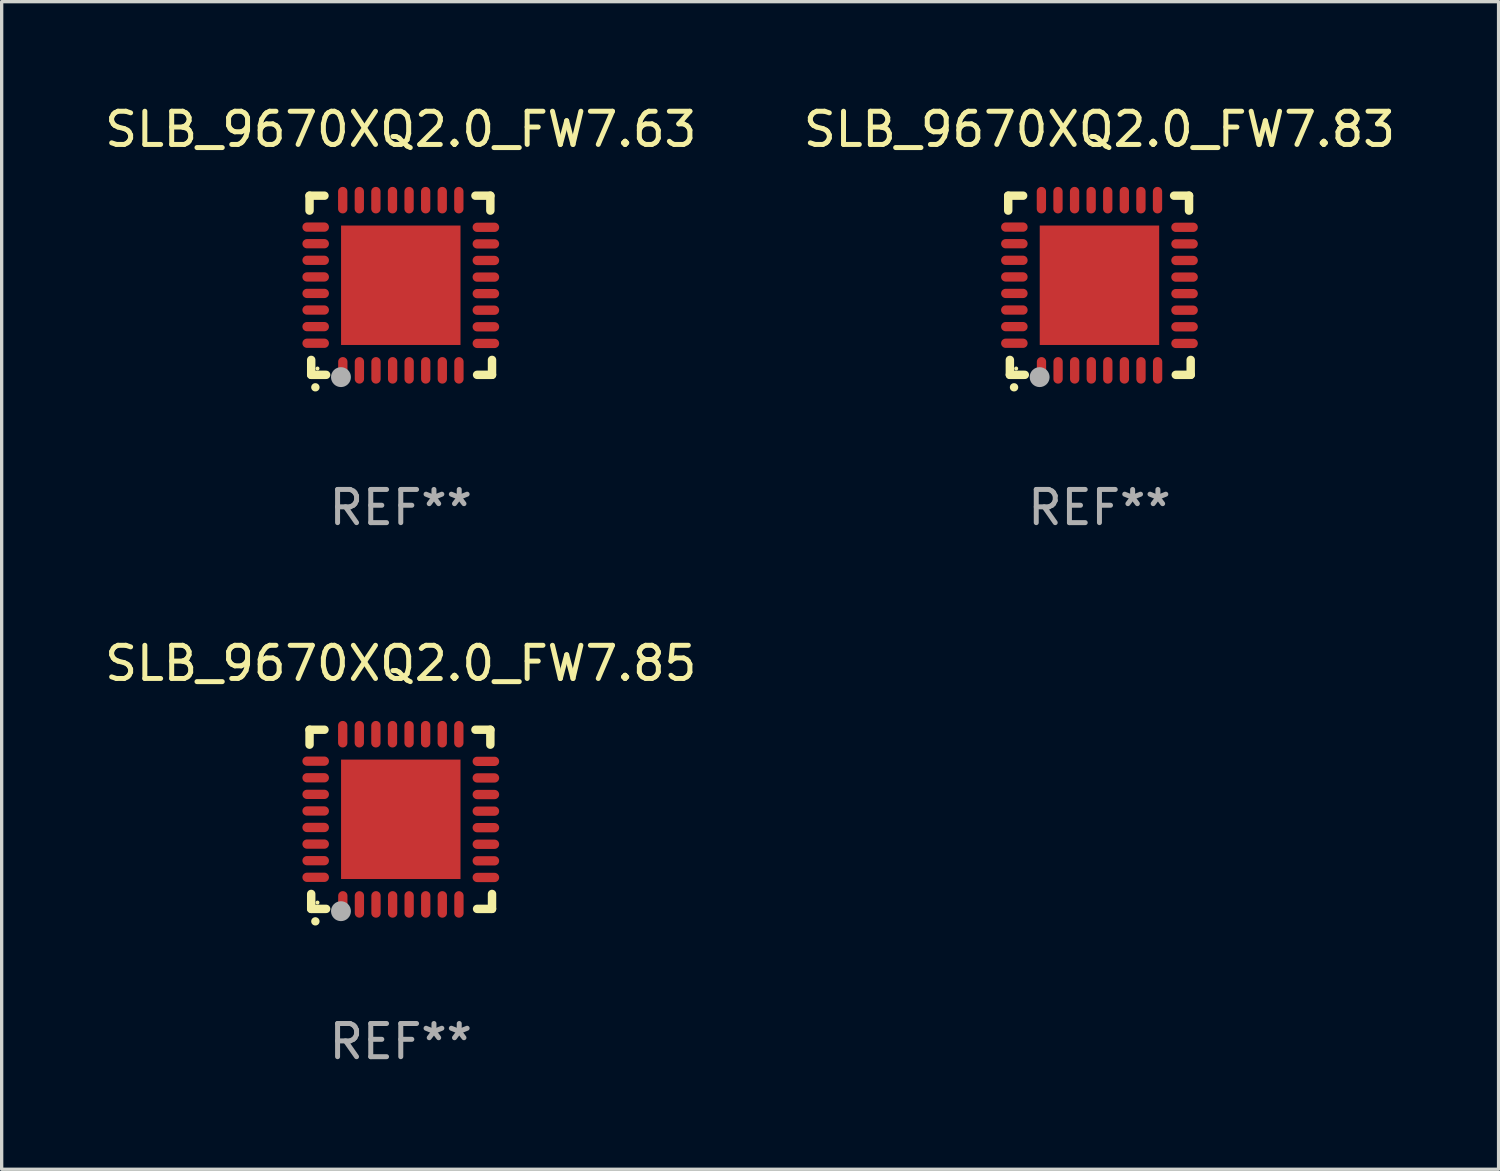
<source format=kicad_pcb>
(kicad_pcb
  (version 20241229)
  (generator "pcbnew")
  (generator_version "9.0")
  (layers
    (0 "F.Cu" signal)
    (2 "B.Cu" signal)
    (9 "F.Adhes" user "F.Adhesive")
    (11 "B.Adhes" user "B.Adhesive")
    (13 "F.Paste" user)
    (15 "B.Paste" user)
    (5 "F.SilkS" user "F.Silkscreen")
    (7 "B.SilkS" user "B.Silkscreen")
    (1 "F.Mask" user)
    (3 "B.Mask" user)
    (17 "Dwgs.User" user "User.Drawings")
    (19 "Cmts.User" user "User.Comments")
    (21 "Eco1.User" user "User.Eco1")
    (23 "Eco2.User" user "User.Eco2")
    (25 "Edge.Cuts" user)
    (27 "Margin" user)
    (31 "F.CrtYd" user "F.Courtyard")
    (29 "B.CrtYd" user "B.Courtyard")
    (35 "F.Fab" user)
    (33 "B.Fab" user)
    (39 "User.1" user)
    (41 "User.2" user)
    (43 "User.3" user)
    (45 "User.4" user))
  (footprint "SLB_9670XQ2.0_FW7.85"
    (layer "F.Cu")
    (at 9.03 21.645)
    (property "Reference" "SLB_9670XQ2.0_FW7.85" (at 0 -4.7 0) (layer "F.SilkS") (effects (font (size 1 1) (thickness 0.15))))
    (attr through_hole)
    (fp_line (start -2.75 -2.7) (end -2.75 -2.25) (stroke (width 0.254) (type solid)) (layer "F.SilkS"))
    (fp_line (start -2.7 2.7) (end -2.7 2.25) (stroke (width 0.254) (type solid)) (layer "F.SilkS"))
    (fp_line (start -2.3 -2.7) (end -2.75 -2.7) (stroke (width 0.254) (type solid)) (layer "F.SilkS"))
    (fp_line (start -2.25 2.7) (end -2.7 2.7) (stroke (width 0.254) (type solid)) (layer "F.SilkS"))
    (fp_line (start 2.3 2.7) (end 2.75 2.7) (stroke (width 0.254) (type solid)) (layer "F.SilkS"))
    (fp_line (start 2.7 -2.7) (end 2.25 -2.7) (stroke (width 0.254) (type solid)) (layer "F.SilkS"))
    (fp_line (start 2.7 -2.25) (end 2.7 -2.7) (stroke (width 0.254) (type solid)) (layer "F.SilkS"))
    (fp_line (start 2.75 2.7) (end 2.75 2.25) (stroke (width 0.254) (type solid)) (layer "F.SilkS"))
    (fp_arc (start -2.575565 3.075946) (mid -2.574295 3.07594) (end -2.573025 3.075946) (stroke (width 0.25) (type solid)) (layer "F.SilkS"))
    (fp_circle (center -2.51 2.51) (end -2.48 2.51) (stroke (width 0.06) (type solid)) (fill no) (layer "F.SilkS"))
    (fp_circle (center -1.803 2.769) (end -1.653 2.769) (stroke (width 0.3) (type solid)) (fill no) (layer "F.Fab"))
    (fp_text user "REF**" (at 0 6.7 0) (layer "F.Fab") (effects (font (size 1 1) (thickness 0.15))))
    (pad "1" smd oval (at -1.747 2.565) (size 0.28 0.8) (layers "F.Cu" "F.Mask" "F.Paste"))
    (pad "2" smd oval (at -1.247 2.565) (size 0.28 0.8) (layers "F.Cu" "F.Mask" "F.Paste"))
    (pad "3" smd oval (at -0.747 2.565) (size 0.28 0.8) (layers "F.Cu" "F.Mask" "F.Paste"))
    (pad "4" smd oval (at -0.246 2.565) (size 0.28 0.8) (layers "F.Cu" "F.Mask" "F.Paste"))
    (pad "5" smd oval (at 0.252 2.565) (size 0.28 0.8) (layers "F.Cu" "F.Mask" "F.Paste"))
    (pad "6" smd oval (at 0.752 2.565) (size 0.28 0.8) (layers "F.Cu" "F.Mask" "F.Paste"))
    (pad "7" smd oval (at 1.252 2.565) (size 0.28 0.8) (layers "F.Cu" "F.Mask" "F.Paste"))
    (pad "8" smd oval (at 1.753 2.565) (size 0.28 0.8) (layers "F.Cu" "F.Mask" "F.Paste"))
    (pad "9" smd oval (at 2.565 1.753) (size 0.8 0.28) (layers "F.Cu" "F.Mask" "F.Paste"))
    (pad "10" smd oval (at 2.565 1.252) (size 0.8 0.28) (layers "F.Cu" "F.Mask" "F.Paste"))
    (pad "11" smd oval (at 2.565 0.752) (size 0.8 0.28) (layers "F.Cu" "F.Mask" "F.Paste"))
    (pad "12" smd oval (at 2.565 0.252) (size 0.8 0.28) (layers "F.Cu" "F.Mask" "F.Paste"))
    (pad "13" smd oval (at 2.565 -0.246) (size 0.8 0.28) (layers "F.Cu" "F.Mask" "F.Paste"))
    (pad "14" smd oval (at 2.565 -0.747) (size 0.8 0.28) (layers "F.Cu" "F.Mask" "F.Paste"))
    (pad "15" smd oval (at 2.565 -1.247) (size 0.8 0.28) (layers "F.Cu" "F.Mask" "F.Paste"))
    (pad "16" smd oval (at 2.565 -1.747) (size 0.8 0.28) (layers "F.Cu" "F.Mask" "F.Paste"))
    (pad "17" smd oval (at 1.75 -2.565) (size 0.28 0.8) (layers "F.Cu" "F.Mask" "F.Paste"))
    (pad "18" smd oval (at 1.25 -2.565) (size 0.28 0.8) (layers "F.Cu" "F.Mask" "F.Paste"))
    (pad "19" smd oval (at 0.75 -2.565) (size 0.28 0.8) (layers "F.Cu" "F.Mask" "F.Paste"))
    (pad "20" smd oval (at 0.25 -2.565) (size 0.28 0.8) (layers "F.Cu" "F.Mask" "F.Paste"))
    (pad "21" smd oval (at -0.25 -2.565) (size 0.28 0.8) (layers "F.Cu" "F.Mask" "F.Paste"))
    (pad "22" smd oval (at -0.75 -2.565) (size 0.28 0.8) (layers "F.Cu" "F.Mask" "F.Paste"))
    (pad "23" smd oval (at -1.25 -2.565) (size 0.28 0.8) (layers "F.Cu" "F.Mask" "F.Paste"))
    (pad "24" smd oval (at -1.75 -2.565) (size 0.28 0.8) (layers "F.Cu" "F.Mask" "F.Paste"))
    (pad "25" smd oval (at -2.565 -1.753) (size 0.8 0.28) (layers "F.Cu" "F.Mask" "F.Paste"))
    (pad "26" smd oval (at -2.565 -1.252) (size 0.8 0.28) (layers "F.Cu" "F.Mask" "F.Paste"))
    (pad "27" smd oval (at -2.565 -0.752) (size 0.8 0.28) (layers "F.Cu" "F.Mask" "F.Paste"))
    (pad "28" smd oval (at -2.565 -0.251) (size 0.8 0.28) (layers "F.Cu" "F.Mask" "F.Paste"))
    (pad "29" smd oval (at -2.565 0.246) (size 0.8 0.28) (layers "F.Cu" "F.Mask" "F.Paste"))
    (pad "30" smd oval (at -2.565 0.747) (size 0.8 0.28) (layers "F.Cu" "F.Mask" "F.Paste"))
    (pad "31" smd oval (at -2.565 1.247) (size 0.8 0.28) (layers "F.Cu" "F.Mask" "F.Paste"))
    (pad "32" smd oval (at -2.565 1.748) (size 0.8 0.28) (layers "F.Cu" "F.Mask" "F.Paste"))
    (pad "33" smd rect (at 0.000076 0.000076) (size 3.6 3.6) (layers "F.Cu" "F.Mask" "F.Paste")))
  (footprint "SLB_9670XQ2.0_FW7.63"
    (layer "F.Cu")
    (at 9.03 5.548)
    (property "Reference" "SLB_9670XQ2.0_FW7.63" (at 0 -4.7 0) (layer "F.SilkS") (effects (font (size 1 1) (thickness 0.15))))
    (attr through_hole)
    (fp_line (start -2.75 -2.7) (end -2.75 -2.25) (stroke (width 0.254) (type solid)) (layer "F.SilkS"))
    (fp_line (start -2.7 2.7) (end -2.7 2.25) (stroke (width 0.254) (type solid)) (layer "F.SilkS"))
    (fp_line (start -2.3 -2.7) (end -2.75 -2.7) (stroke (width 0.254) (type solid)) (layer "F.SilkS"))
    (fp_line (start -2.25 2.7) (end -2.7 2.7) (stroke (width 0.254) (type solid)) (layer "F.SilkS"))
    (fp_line (start 2.3 2.7) (end 2.75 2.7) (stroke (width 0.254) (type solid)) (layer "F.SilkS"))
    (fp_line (start 2.7 -2.7) (end 2.25 -2.7) (stroke (width 0.254) (type solid)) (layer "F.SilkS"))
    (fp_line (start 2.7 -2.25) (end 2.7 -2.7) (stroke (width 0.254) (type solid)) (layer "F.SilkS"))
    (fp_line (start 2.75 2.7) (end 2.75 2.25) (stroke (width 0.254) (type solid)) (layer "F.SilkS"))
    (fp_arc (start -2.575565 3.075946) (mid -2.574295 3.07594) (end -2.573025 3.075946) (stroke (width 0.25) (type solid)) (layer "F.SilkS"))
    (fp_circle (center -2.51 2.51) (end -2.48 2.51) (stroke (width 0.06) (type solid)) (fill no) (layer "F.SilkS"))
    (fp_circle (center -1.803 2.769) (end -1.653 2.769) (stroke (width 0.3) (type solid)) (fill no) (layer "F.Fab"))
    (fp_text user "REF**" (at 0 6.7 0) (layer "F.Fab") (effects (font (size 1 1) (thickness 0.15))))
    (pad "1" smd oval (at -1.747 2.565) (size 0.28 0.8) (layers "F.Cu" "F.Mask" "F.Paste"))
    (pad "2" smd oval (at -1.247 2.565) (size 0.28 0.8) (layers "F.Cu" "F.Mask" "F.Paste"))
    (pad "3" smd oval (at -0.747 2.565) (size 0.28 0.8) (layers "F.Cu" "F.Mask" "F.Paste"))
    (pad "4" smd oval (at -0.246 2.565) (size 0.28 0.8) (layers "F.Cu" "F.Mask" "F.Paste"))
    (pad "5" smd oval (at 0.252 2.565) (size 0.28 0.8) (layers "F.Cu" "F.Mask" "F.Paste"))
    (pad "6" smd oval (at 0.752 2.565) (size 0.28 0.8) (layers "F.Cu" "F.Mask" "F.Paste"))
    (pad "7" smd oval (at 1.252 2.565) (size 0.28 0.8) (layers "F.Cu" "F.Mask" "F.Paste"))
    (pad "8" smd oval (at 1.753 2.565) (size 0.28 0.8) (layers "F.Cu" "F.Mask" "F.Paste"))
    (pad "9" smd oval (at 2.565 1.753) (size 0.8 0.28) (layers "F.Cu" "F.Mask" "F.Paste"))
    (pad "10" smd oval (at 2.565 1.252) (size 0.8 0.28) (layers "F.Cu" "F.Mask" "F.Paste"))
    (pad "11" smd oval (at 2.565 0.752) (size 0.8 0.28) (layers "F.Cu" "F.Mask" "F.Paste"))
    (pad "12" smd oval (at 2.565 0.252) (size 0.8 0.28) (layers "F.Cu" "F.Mask" "F.Paste"))
    (pad "13" smd oval (at 2.565 -0.246) (size 0.8 0.28) (layers "F.Cu" "F.Mask" "F.Paste"))
    (pad "14" smd oval (at 2.565 -0.747) (size 0.8 0.28) (layers "F.Cu" "F.Mask" "F.Paste"))
    (pad "15" smd oval (at 2.565 -1.247) (size 0.8 0.28) (layers "F.Cu" "F.Mask" "F.Paste"))
    (pad "16" smd oval (at 2.565 -1.747) (size 0.8 0.28) (layers "F.Cu" "F.Mask" "F.Paste"))
    (pad "17" smd oval (at 1.75 -2.565) (size 0.28 0.8) (layers "F.Cu" "F.Mask" "F.Paste"))
    (pad "18" smd oval (at 1.25 -2.565) (size 0.28 0.8) (layers "F.Cu" "F.Mask" "F.Paste"))
    (pad "19" smd oval (at 0.75 -2.565) (size 0.28 0.8) (layers "F.Cu" "F.Mask" "F.Paste"))
    (pad "20" smd oval (at 0.25 -2.565) (size 0.28 0.8) (layers "F.Cu" "F.Mask" "F.Paste"))
    (pad "21" smd oval (at -0.25 -2.565) (size 0.28 0.8) (layers "F.Cu" "F.Mask" "F.Paste"))
    (pad "22" smd oval (at -0.75 -2.565) (size 0.28 0.8) (layers "F.Cu" "F.Mask" "F.Paste"))
    (pad "23" smd oval (at -1.25 -2.565) (size 0.28 0.8) (layers "F.Cu" "F.Mask" "F.Paste"))
    (pad "24" smd oval (at -1.75 -2.565) (size 0.28 0.8) (layers "F.Cu" "F.Mask" "F.Paste"))
    (pad "25" smd oval (at -2.565 -1.753) (size 0.8 0.28) (layers "F.Cu" "F.Mask" "F.Paste"))
    (pad "26" smd oval (at -2.565 -1.252) (size 0.8 0.28) (layers "F.Cu" "F.Mask" "F.Paste"))
    (pad "27" smd oval (at -2.565 -0.752) (size 0.8 0.28) (layers "F.Cu" "F.Mask" "F.Paste"))
    (pad "28" smd oval (at -2.565 -0.251) (size 0.8 0.28) (layers "F.Cu" "F.Mask" "F.Paste"))
    (pad "29" smd oval (at -2.565 0.246) (size 0.8 0.28) (layers "F.Cu" "F.Mask" "F.Paste"))
    (pad "30" smd oval (at -2.565 0.747) (size 0.8 0.28) (layers "F.Cu" "F.Mask" "F.Paste"))
    (pad "31" smd oval (at -2.565 1.247) (size 0.8 0.28) (layers "F.Cu" "F.Mask" "F.Paste"))
    (pad "32" smd oval (at -2.565 1.748) (size 0.8 0.28) (layers "F.Cu" "F.Mask" "F.Paste"))
    (pad "33" smd rect (at 0.000076 0.000076) (size 3.6 3.6) (layers "F.Cu" "F.Mask" "F.Paste")))
  (footprint "SLB_9670XQ2.0_FW7.83"
    (layer "F.Cu")
    (at 30.089 5.548)
    (property "Reference" "SLB_9670XQ2.0_FW7.83" (at 0 -4.7 0) (layer "F.SilkS") (effects (font (size 1 1) (thickness 0.15))))
    (attr through_hole)
    (fp_line (start -2.75 -2.7) (end -2.75 -2.25) (stroke (width 0.254) (type solid)) (layer "F.SilkS"))
    (fp_line (start -2.7 2.7) (end -2.7 2.25) (stroke (width 0.254) (type solid)) (layer "F.SilkS"))
    (fp_line (start -2.3 -2.7) (end -2.75 -2.7) (stroke (width 0.254) (type solid)) (layer "F.SilkS"))
    (fp_line (start -2.25 2.7) (end -2.7 2.7) (stroke (width 0.254) (type solid)) (layer "F.SilkS"))
    (fp_line (start 2.3 2.7) (end 2.75 2.7) (stroke (width 0.254) (type solid)) (layer "F.SilkS"))
    (fp_line (start 2.7 -2.7) (end 2.25 -2.7) (stroke (width 0.254) (type solid)) (layer "F.SilkS"))
    (fp_line (start 2.7 -2.25) (end 2.7 -2.7) (stroke (width 0.254) (type solid)) (layer "F.SilkS"))
    (fp_line (start 2.75 2.7) (end 2.75 2.25) (stroke (width 0.254) (type solid)) (layer "F.SilkS"))
    (fp_arc (start -2.575565 3.075946) (mid -2.574295 3.07594) (end -2.573025 3.075946) (stroke (width 0.25) (type solid)) (layer "F.SilkS"))
    (fp_circle (center -2.51 2.51) (end -2.48 2.51) (stroke (width 0.06) (type solid)) (fill no) (layer "F.SilkS"))
    (fp_circle (center -1.803 2.769) (end -1.653 2.769) (stroke (width 0.3) (type solid)) (fill no) (layer "F.Fab"))
    (fp_text user "REF**" (at 0 6.7 0) (layer "F.Fab") (effects (font (size 1 1) (thickness 0.15))))
    (pad "1" smd oval (at -1.747 2.565) (size 0.28 0.8) (layers "F.Cu" "F.Mask" "F.Paste"))
    (pad "2" smd oval (at -1.247 2.565) (size 0.28 0.8) (layers "F.Cu" "F.Mask" "F.Paste"))
    (pad "3" smd oval (at -0.747 2.565) (size 0.28 0.8) (layers "F.Cu" "F.Mask" "F.Paste"))
    (pad "4" smd oval (at -0.246 2.565) (size 0.28 0.8) (layers "F.Cu" "F.Mask" "F.Paste"))
    (pad "5" smd oval (at 0.252 2.565) (size 0.28 0.8) (layers "F.Cu" "F.Mask" "F.Paste"))
    (pad "6" smd oval (at 0.752 2.565) (size 0.28 0.8) (layers "F.Cu" "F.Mask" "F.Paste"))
    (pad "7" smd oval (at 1.252 2.565) (size 0.28 0.8) (layers "F.Cu" "F.Mask" "F.Paste"))
    (pad "8" smd oval (at 1.753 2.565) (size 0.28 0.8) (layers "F.Cu" "F.Mask" "F.Paste"))
    (pad "9" smd oval (at 2.565 1.753) (size 0.8 0.28) (layers "F.Cu" "F.Mask" "F.Paste"))
    (pad "10" smd oval (at 2.565 1.252) (size 0.8 0.28) (layers "F.Cu" "F.Mask" "F.Paste"))
    (pad "11" smd oval (at 2.565 0.752) (size 0.8 0.28) (layers "F.Cu" "F.Mask" "F.Paste"))
    (pad "12" smd oval (at 2.565 0.252) (size 0.8 0.28) (layers "F.Cu" "F.Mask" "F.Paste"))
    (pad "13" smd oval (at 2.565 -0.246) (size 0.8 0.28) (layers "F.Cu" "F.Mask" "F.Paste"))
    (pad "14" smd oval (at 2.565 -0.747) (size 0.8 0.28) (layers "F.Cu" "F.Mask" "F.Paste"))
    (pad "15" smd oval (at 2.565 -1.247) (size 0.8 0.28) (layers "F.Cu" "F.Mask" "F.Paste"))
    (pad "16" smd oval (at 2.565 -1.747) (size 0.8 0.28) (layers "F.Cu" "F.Mask" "F.Paste"))
    (pad "17" smd oval (at 1.75 -2.565) (size 0.28 0.8) (layers "F.Cu" "F.Mask" "F.Paste"))
    (pad "18" smd oval (at 1.25 -2.565) (size 0.28 0.8) (layers "F.Cu" "F.Mask" "F.Paste"))
    (pad "19" smd oval (at 0.75 -2.565) (size 0.28 0.8) (layers "F.Cu" "F.Mask" "F.Paste"))
    (pad "20" smd oval (at 0.25 -2.565) (size 0.28 0.8) (layers "F.Cu" "F.Mask" "F.Paste"))
    (pad "21" smd oval (at -0.25 -2.565) (size 0.28 0.8) (layers "F.Cu" "F.Mask" "F.Paste"))
    (pad "22" smd oval (at -0.75 -2.565) (size 0.28 0.8) (layers "F.Cu" "F.Mask" "F.Paste"))
    (pad "23" smd oval (at -1.25 -2.565) (size 0.28 0.8) (layers "F.Cu" "F.Mask" "F.Paste"))
    (pad "24" smd oval (at -1.75 -2.565) (size 0.28 0.8) (layers "F.Cu" "F.Mask" "F.Paste"))
    (pad "25" smd oval (at -2.565 -1.753) (size 0.8 0.28) (layers "F.Cu" "F.Mask" "F.Paste"))
    (pad "26" smd oval (at -2.565 -1.252) (size 0.8 0.28) (layers "F.Cu" "F.Mask" "F.Paste"))
    (pad "27" smd oval (at -2.565 -0.752) (size 0.8 0.28) (layers "F.Cu" "F.Mask" "F.Paste"))
    (pad "28" smd oval (at -2.565 -0.251) (size 0.8 0.28) (layers "F.Cu" "F.Mask" "F.Paste"))
    (pad "29" smd oval (at -2.565 0.246) (size 0.8 0.28) (layers "F.Cu" "F.Mask" "F.Paste"))
    (pad "30" smd oval (at -2.565 0.747) (size 0.8 0.28) (layers "F.Cu" "F.Mask" "F.Paste"))
    (pad "31" smd oval (at -2.565 1.247) (size 0.8 0.28) (layers "F.Cu" "F.Mask" "F.Paste"))
    (pad "32" smd oval (at -2.565 1.748) (size 0.8 0.28) (layers "F.Cu" "F.Mask" "F.Paste"))
    (pad "33" smd rect (at 0.000076 0.000076) (size 3.6 3.6) (layers "F.Cu" "F.Mask" "F.Paste")))
  (gr_rect
    (start -3 -3)
    (end 42.119 32.193)
    (stroke (width 0.1) (type default))
    (fill no)
    (layer "Edge.Cuts")))
</source>
